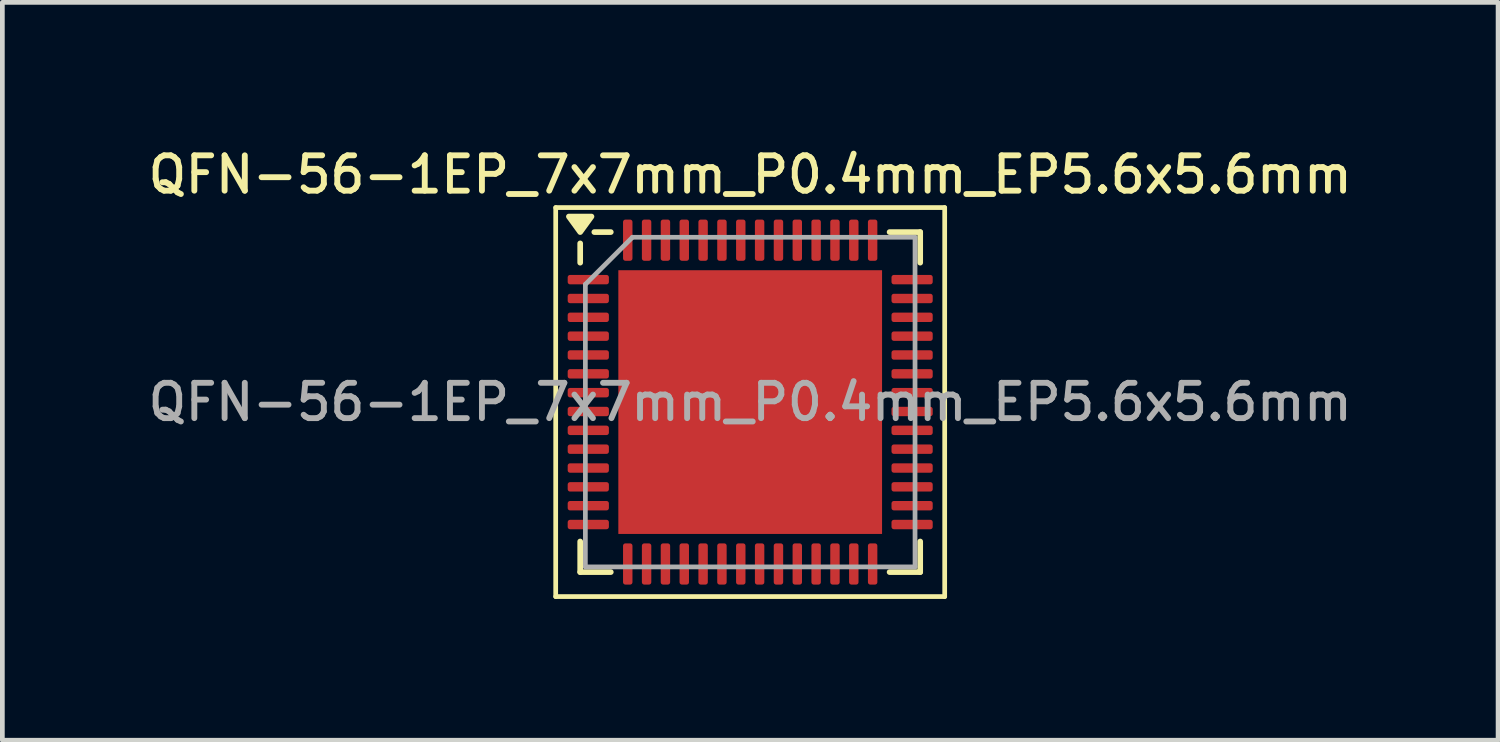
<source format=kicad_pcb>
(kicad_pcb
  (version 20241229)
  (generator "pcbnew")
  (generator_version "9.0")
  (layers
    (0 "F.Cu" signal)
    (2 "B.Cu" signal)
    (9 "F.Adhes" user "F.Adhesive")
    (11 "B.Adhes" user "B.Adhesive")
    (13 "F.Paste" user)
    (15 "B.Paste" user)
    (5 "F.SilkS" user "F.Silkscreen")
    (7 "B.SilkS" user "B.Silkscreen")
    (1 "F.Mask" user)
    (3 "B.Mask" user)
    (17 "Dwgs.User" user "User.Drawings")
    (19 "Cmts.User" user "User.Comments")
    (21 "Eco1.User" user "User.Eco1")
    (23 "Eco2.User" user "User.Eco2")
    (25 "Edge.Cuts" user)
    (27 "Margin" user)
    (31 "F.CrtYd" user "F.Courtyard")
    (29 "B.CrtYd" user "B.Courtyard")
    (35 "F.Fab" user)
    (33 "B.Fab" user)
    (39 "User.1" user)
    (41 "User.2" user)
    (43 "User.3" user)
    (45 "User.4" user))
  (footprint "QFN-56-1EP_7x7mm_P0.4mm_EP5.6x5.6mm"
    (layer "F.Cu")
    (at 12.88 5.488)
    (property "Reference" "QFN-56-1EP_7x7mm_P0.4mm_EP5.6x5.6mm" (at 0 -4.83 0) (layer "F.SilkS") (effects (font (size 0.75 0.75) (thickness 0.125))))
    (attr smd)
    (fp_line (start -4.13 -4.13) (end -4.13 4.13) (stroke (width 0.1) (type solid)) (layer "F.SilkS"))
    (fp_line (start -4.13 4.13) (end 4.13 4.13) (stroke (width 0.1) (type solid)) (layer "F.SilkS"))
    (fp_line (start -3.61 -2.96) (end -3.61 -3.37) (stroke (width 0.12) (type solid)) (layer "F.SilkS"))
    (fp_line (start -3.61 3.61) (end -3.61 2.96) (stroke (width 0.12) (type solid)) (layer "F.SilkS"))
    (fp_line (start -2.96 -3.61) (end -3.31 -3.61) (stroke (width 0.12) (type solid)) (layer "F.SilkS"))
    (fp_line (start -2.96 3.61) (end -3.61 3.61) (stroke (width 0.12) (type solid)) (layer "F.SilkS"))
    (fp_line (start 2.96 -3.61) (end 3.61 -3.61) (stroke (width 0.12) (type solid)) (layer "F.SilkS"))
    (fp_line (start 2.96 3.61) (end 3.61 3.61) (stroke (width 0.12) (type solid)) (layer "F.SilkS"))
    (fp_line (start 3.61 -3.61) (end 3.61 -2.96) (stroke (width 0.12) (type solid)) (layer "F.SilkS"))
    (fp_line (start 3.61 3.61) (end 3.61 2.96) (stroke (width 0.12) (type solid)) (layer "F.SilkS"))
    (fp_line (start 4.13 -4.13) (end -4.13 -4.13) (stroke (width 0.1) (type solid)) (layer "F.SilkS"))
    (fp_line (start 4.13 4.13) (end 4.13 -4.13) (stroke (width 0.1) (type solid)) (layer "F.SilkS"))
    (fp_poly (pts (xy -3.61 -3.61) (xy -3.85 -3.94) (xy -3.37 -3.94) (xy -3.61 -3.61)) (stroke (width 0.12) (type solid)) (fill yes) (layer "F.SilkS"))
    (fp_line (start -3.5 -2.5) (end -2.5 -3.5) (stroke (width 0.1) (type solid)) (layer "F.Fab"))
    (fp_line (start -3.5 3.5) (end -3.5 -2.5) (stroke (width 0.1) (type solid)) (layer "F.Fab"))
    (fp_line (start -2.5 -3.5) (end 3.5 -3.5) (stroke (width 0.1) (type solid)) (layer "F.Fab"))
    (fp_line (start 3.5 -3.5) (end 3.5 3.5) (stroke (width 0.1) (type solid)) (layer "F.Fab"))
    (fp_line (start 3.5 3.5) (end -3.5 3.5) (stroke (width 0.1) (type solid)) (layer "F.Fab"))
    (fp_text user "${REFERENCE}" (at 0 0 0) (layer "F.Fab") (effects (font (size 0.75 0.75) (thickness 0.125))))
    (pad "" smd roundrect (at -2.1 -2.1) (size 1.13 1.13) (layers "F.Paste") (roundrect_rratio 0.221))
    (pad "" smd roundrect (at -2.1 -0.7) (size 1.13 1.13) (layers "F.Paste") (roundrect_rratio 0.221))
    (pad "" smd roundrect (at -2.1 0.7) (size 1.13 1.13) (layers "F.Paste") (roundrect_rratio 0.221))
    (pad "" smd roundrect (at -2.1 2.1) (size 1.13 1.13) (layers "F.Paste") (roundrect_rratio 0.221))
    (pad "" smd roundrect (at -0.7 -2.1) (size 1.13 1.13) (layers "F.Paste") (roundrect_rratio 0.221))
    (pad "" smd roundrect (at -0.7 -0.7) (size 1.13 1.13) (layers "F.Paste") (roundrect_rratio 0.221))
    (pad "" smd roundrect (at -0.7 0.7) (size 1.13 1.13) (layers "F.Paste") (roundrect_rratio 0.221))
    (pad "" smd roundrect (at -0.7 2.1) (size 1.13 1.13) (layers "F.Paste") (roundrect_rratio 0.221))
    (pad "" smd roundrect (at 0.7 -2.1) (size 1.13 1.13) (layers "F.Paste") (roundrect_rratio 0.221))
    (pad "" smd roundrect (at 0.7 -0.7) (size 1.13 1.13) (layers "F.Paste") (roundrect_rratio 0.221))
    (pad "" smd roundrect (at 0.7 0.7) (size 1.13 1.13) (layers "F.Paste") (roundrect_rratio 0.221))
    (pad "" smd roundrect (at 0.7 2.1) (size 1.13 1.13) (layers "F.Paste") (roundrect_rratio 0.221))
    (pad "" smd roundrect (at 2.1 -2.1) (size 1.13 1.13) (layers "F.Paste") (roundrect_rratio 0.221))
    (pad "" smd roundrect (at 2.1 -0.7) (size 1.13 1.13) (layers "F.Paste") (roundrect_rratio 0.221))
    (pad "" smd roundrect (at 2.1 0.7) (size 1.13 1.13) (layers "F.Paste") (roundrect_rratio 0.221))
    (pad "" smd roundrect (at 2.1 2.1) (size 1.13 1.13) (layers "F.Paste") (roundrect_rratio 0.221))
    (pad "1" smd roundrect (at -3.438 -2.6) (size 0.875 0.2) (layers "F.Cu" "F.Mask" "F.Paste") (roundrect_rratio 0.25))
    (pad "2" smd roundrect (at -3.438 -2.2) (size 0.875 0.2) (layers "F.Cu" "F.Mask" "F.Paste") (roundrect_rratio 0.25))
    (pad "3" smd roundrect (at -3.438 -1.8) (size 0.875 0.2) (layers "F.Cu" "F.Mask" "F.Paste") (roundrect_rratio 0.25))
    (pad "4" smd roundrect (at -3.438 -1.4) (size 0.875 0.2) (layers "F.Cu" "F.Mask" "F.Paste") (roundrect_rratio 0.25))
    (pad "5" smd roundrect (at -3.438 -1) (size 0.875 0.2) (layers "F.Cu" "F.Mask" "F.Paste") (roundrect_rratio 0.25))
    (pad "6" smd roundrect (at -3.438 -0.6) (size 0.875 0.2) (layers "F.Cu" "F.Mask" "F.Paste") (roundrect_rratio 0.25))
    (pad "7" smd roundrect (at -3.438 -0.2) (size 0.875 0.2) (layers "F.Cu" "F.Mask" "F.Paste") (roundrect_rratio 0.25))
    (pad "8" smd roundrect (at -3.438 0.2) (size 0.875 0.2) (layers "F.Cu" "F.Mask" "F.Paste") (roundrect_rratio 0.25))
    (pad "9" smd roundrect (at -3.438 0.6) (size 0.875 0.2) (layers "F.Cu" "F.Mask" "F.Paste") (roundrect_rratio 0.25))
    (pad "10" smd roundrect (at -3.438 1) (size 0.875 0.2) (layers "F.Cu" "F.Mask" "F.Paste") (roundrect_rratio 0.25))
    (pad "11" smd roundrect (at -3.438 1.4) (size 0.875 0.2) (layers "F.Cu" "F.Mask" "F.Paste") (roundrect_rratio 0.25))
    (pad "12" smd roundrect (at -3.438 1.8) (size 0.875 0.2) (layers "F.Cu" "F.Mask" "F.Paste") (roundrect_rratio 0.25))
    (pad "13" smd roundrect (at -3.438 2.2) (size 0.875 0.2) (layers "F.Cu" "F.Mask" "F.Paste") (roundrect_rratio 0.25))
    (pad "14" smd roundrect (at -3.438 2.6) (size 0.875 0.2) (layers "F.Cu" "F.Mask" "F.Paste") (roundrect_rratio 0.25))
    (pad "15" smd roundrect (at -2.6 3.438) (size 0.2 0.875) (layers "F.Cu" "F.Mask" "F.Paste") (roundrect_rratio 0.25))
    (pad "16" smd roundrect (at -2.2 3.438) (size 0.2 0.875) (layers "F.Cu" "F.Mask" "F.Paste") (roundrect_rratio 0.25))
    (pad "17" smd roundrect (at -1.8 3.438) (size 0.2 0.875) (layers "F.Cu" "F.Mask" "F.Paste") (roundrect_rratio 0.25))
    (pad "18" smd roundrect (at -1.4 3.438) (size 0.2 0.875) (layers "F.Cu" "F.Mask" "F.Paste") (roundrect_rratio 0.25))
    (pad "19" smd roundrect (at -1 3.438) (size 0.2 0.875) (layers "F.Cu" "F.Mask" "F.Paste") (roundrect_rratio 0.25))
    (pad "20" smd roundrect (at -0.6 3.438) (size 0.2 0.875) (layers "F.Cu" "F.Mask" "F.Paste") (roundrect_rratio 0.25))
    (pad "21" smd roundrect (at -0.2 3.438) (size 0.2 0.875) (layers "F.Cu" "F.Mask" "F.Paste") (roundrect_rratio 0.25))
    (pad "22" smd roundrect (at 0.2 3.438) (size 0.2 0.875) (layers "F.Cu" "F.Mask" "F.Paste") (roundrect_rratio 0.25))
    (pad "23" smd roundrect (at 0.6 3.438) (size 0.2 0.875) (layers "F.Cu" "F.Mask" "F.Paste") (roundrect_rratio 0.25))
    (pad "24" smd roundrect (at 1 3.438) (size 0.2 0.875) (layers "F.Cu" "F.Mask" "F.Paste") (roundrect_rratio 0.25))
    (pad "25" smd roundrect (at 1.4 3.438) (size 0.2 0.875) (layers "F.Cu" "F.Mask" "F.Paste") (roundrect_rratio 0.25))
    (pad "26" smd roundrect (at 1.8 3.438) (size 0.2 0.875) (layers "F.Cu" "F.Mask" "F.Paste") (roundrect_rratio 0.25))
    (pad "27" smd roundrect (at 2.2 3.438) (size 0.2 0.875) (layers "F.Cu" "F.Mask" "F.Paste") (roundrect_rratio 0.25))
    (pad "28" smd roundrect (at 2.6 3.438) (size 0.2 0.875) (layers "F.Cu" "F.Mask" "F.Paste") (roundrect_rratio 0.25))
    (pad "29" smd roundrect (at 3.438 2.6) (size 0.875 0.2) (layers "F.Cu" "F.Mask" "F.Paste") (roundrect_rratio 0.25))
    (pad "30" smd roundrect (at 3.438 2.2) (size 0.875 0.2) (layers "F.Cu" "F.Mask" "F.Paste") (roundrect_rratio 0.25))
    (pad "31" smd roundrect (at 3.438 1.8) (size 0.875 0.2) (layers "F.Cu" "F.Mask" "F.Paste") (roundrect_rratio 0.25))
    (pad "32" smd roundrect (at 3.438 1.4) (size 0.875 0.2) (layers "F.Cu" "F.Mask" "F.Paste") (roundrect_rratio 0.25))
    (pad "33" smd roundrect (at 3.438 1) (size 0.875 0.2) (layers "F.Cu" "F.Mask" "F.Paste") (roundrect_rratio 0.25))
    (pad "34" smd roundrect (at 3.438 0.6) (size 0.875 0.2) (layers "F.Cu" "F.Mask" "F.Paste") (roundrect_rratio 0.25))
    (pad "35" smd roundrect (at 3.438 0.2) (size 0.875 0.2) (layers "F.Cu" "F.Mask" "F.Paste") (roundrect_rratio 0.25))
    (pad "36" smd roundrect (at 3.438 -0.2) (size 0.875 0.2) (layers "F.Cu" "F.Mask" "F.Paste") (roundrect_rratio 0.25))
    (pad "37" smd roundrect (at 3.438 -0.6) (size 0.875 0.2) (layers "F.Cu" "F.Mask" "F.Paste") (roundrect_rratio 0.25))
    (pad "38" smd roundrect (at 3.438 -1) (size 0.875 0.2) (layers "F.Cu" "F.Mask" "F.Paste") (roundrect_rratio 0.25))
    (pad "39" smd roundrect (at 3.438 -1.4) (size 0.875 0.2) (layers "F.Cu" "F.Mask" "F.Paste") (roundrect_rratio 0.25))
    (pad "40" smd roundrect (at 3.438 -1.8) (size 0.875 0.2) (layers "F.Cu" "F.Mask" "F.Paste") (roundrect_rratio 0.25))
    (pad "41" smd roundrect (at 3.438 -2.2) (size 0.875 0.2) (layers "F.Cu" "F.Mask" "F.Paste") (roundrect_rratio 0.25))
    (pad "42" smd roundrect (at 3.438 -2.6) (size 0.875 0.2) (layers "F.Cu" "F.Mask" "F.Paste") (roundrect_rratio 0.25))
    (pad "43" smd roundrect (at 2.6 -3.438) (size 0.2 0.875) (layers "F.Cu" "F.Mask" "F.Paste") (roundrect_rratio 0.25))
    (pad "44" smd roundrect (at 2.2 -3.438) (size 0.2 0.875) (layers "F.Cu" "F.Mask" "F.Paste") (roundrect_rratio 0.25))
    (pad "45" smd roundrect (at 1.8 -3.438) (size 0.2 0.875) (layers "F.Cu" "F.Mask" "F.Paste") (roundrect_rratio 0.25))
    (pad "46" smd roundrect (at 1.4 -3.438) (size 0.2 0.875) (layers "F.Cu" "F.Mask" "F.Paste") (roundrect_rratio 0.25))
    (pad "47" smd roundrect (at 1 -3.438) (size 0.2 0.875) (layers "F.Cu" "F.Mask" "F.Paste") (roundrect_rratio 0.25))
    (pad "48" smd roundrect (at 0.6 -3.438) (size 0.2 0.875) (layers "F.Cu" "F.Mask" "F.Paste") (roundrect_rratio 0.25))
    (pad "49" smd roundrect (at 0.2 -3.438) (size 0.2 0.875) (layers "F.Cu" "F.Mask" "F.Paste") (roundrect_rratio 0.25))
    (pad "50" smd roundrect (at -0.2 -3.438) (size 0.2 0.875) (layers "F.Cu" "F.Mask" "F.Paste") (roundrect_rratio 0.25))
    (pad "51" smd roundrect (at -0.6 -3.438) (size 0.2 0.875) (layers "F.Cu" "F.Mask" "F.Paste") (roundrect_rratio 0.25))
    (pad "52" smd roundrect (at -1 -3.438) (size 0.2 0.875) (layers "F.Cu" "F.Mask" "F.Paste") (roundrect_rratio 0.25))
    (pad "53" smd roundrect (at -1.4 -3.438) (size 0.2 0.875) (layers "F.Cu" "F.Mask" "F.Paste") (roundrect_rratio 0.25))
    (pad "54" smd roundrect (at -1.8 -3.438) (size 0.2 0.875) (layers "F.Cu" "F.Mask" "F.Paste") (roundrect_rratio 0.25))
    (pad "55" smd roundrect (at -2.2 -3.438) (size 0.2 0.875) (layers "F.Cu" "F.Mask" "F.Paste") (roundrect_rratio 0.25))
    (pad "56" smd roundrect (at -2.6 -3.438) (size 0.2 0.875) (layers "F.Cu" "F.Mask" "F.Paste") (roundrect_rratio 0.25))
    (pad "57" smd rect (at 0 0) (size 5.6 5.6) (property pad_prop_heatsink) (layers "F.Cu" "F.Mask")))
  (gr_rect
    (start -3 -3)
    (end 28.761 12.668)
    (stroke (width 0.1) (type default))
    (fill no)
    (layer "Edge.Cuts")))
</source>
